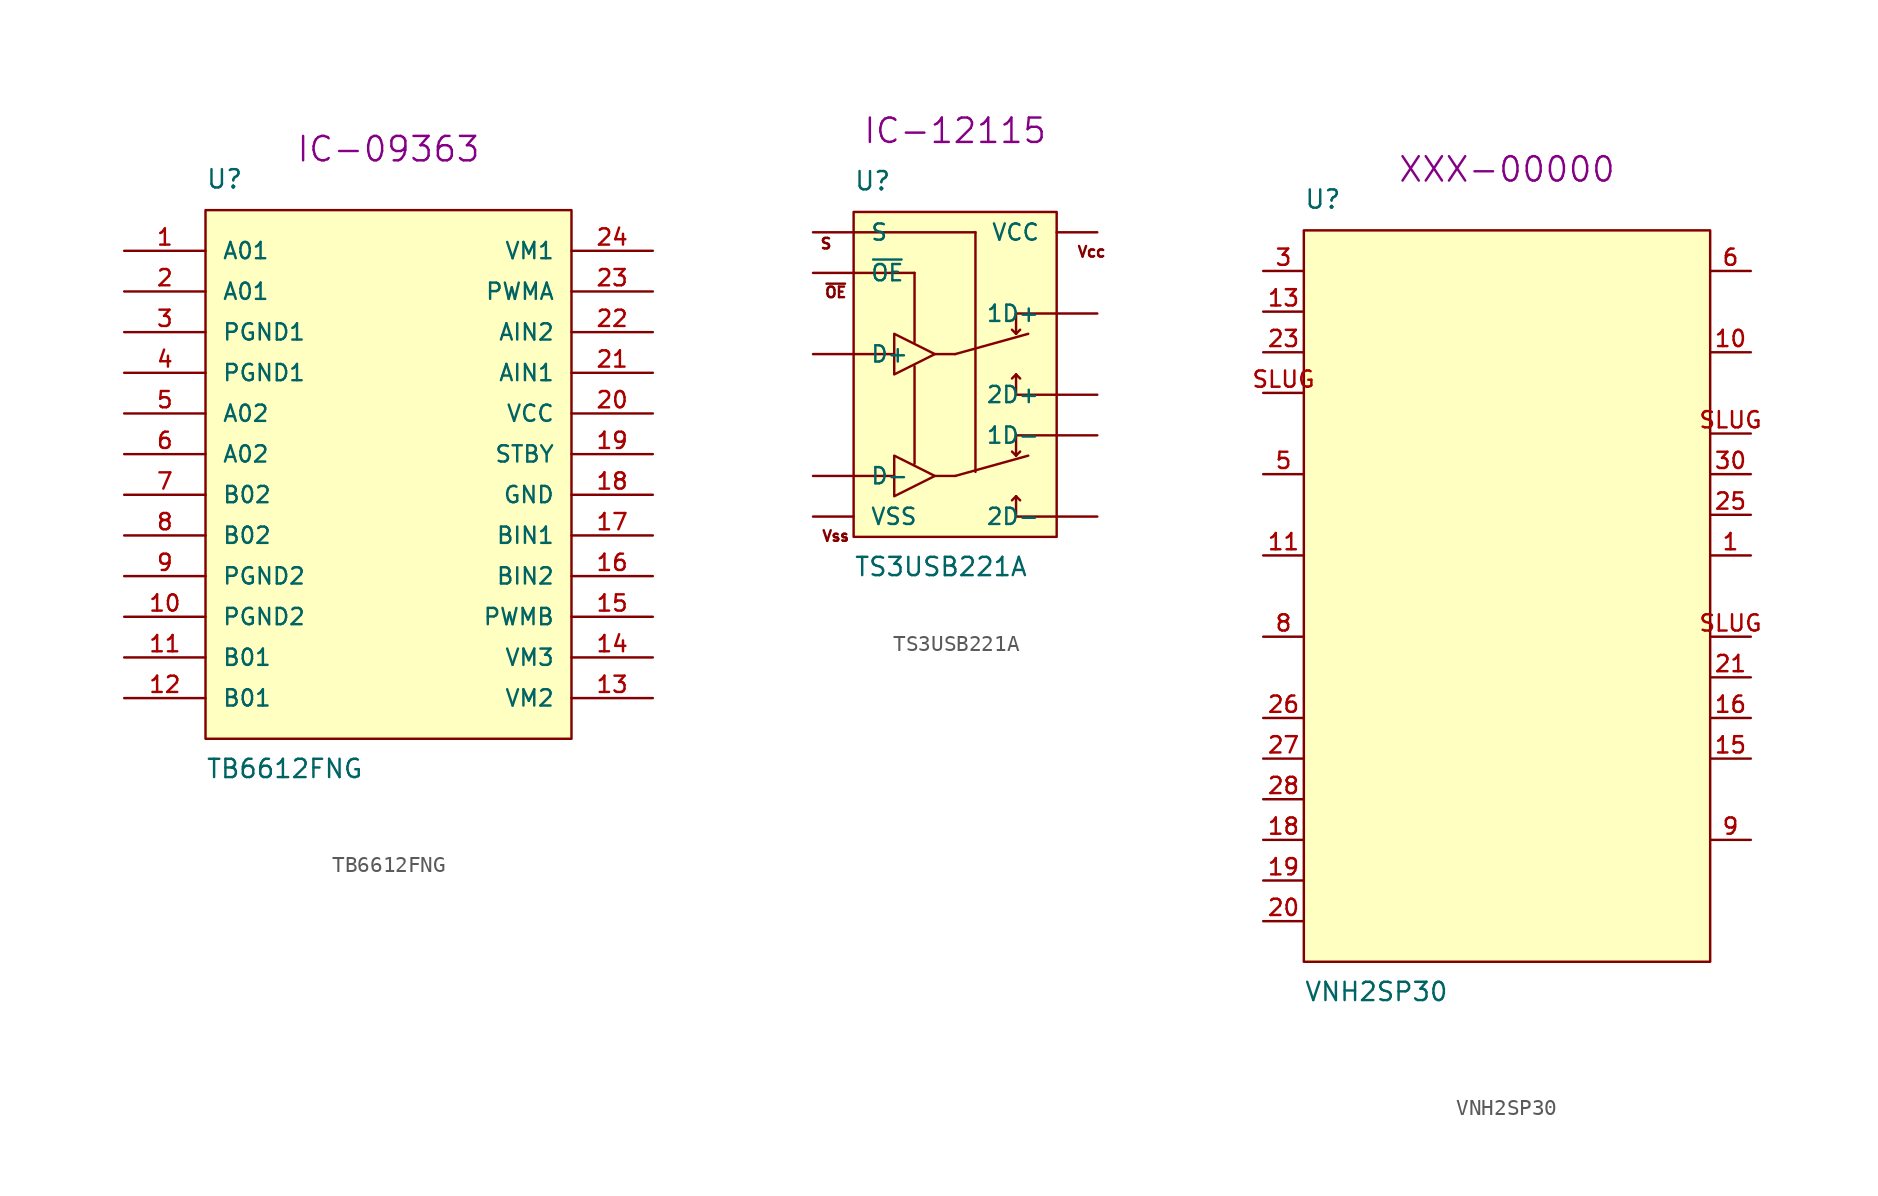
<source format=kicad_sym>
(kicad_symbol_lib
  (version 20201005)
  (generator kicad_symbol_editor)
  (symbol "TB6612FNG"
    (pin_names
      (offset 1.016))
    (property "Reference" "U"
      (at -11.43 17.78 0)
      (effects (font (size 1.143 1.143)) (justify left bottom)))
    (property "Value" "TB6612FNG"
      (at -11.43 -19.05 0)
      (effects (font (size 1.143 1.143)) (justify left bottom)))
    (property "Field4" "IC-09363"
      (at 0 20.32 0)
      (effects (font (size 1.524 1.524))))
    (property "ki_locked" ""
      (at 0 0 0)
      (effects (font (size 1.27 1.27))))
    (symbol "TB6612FNG_1_1"
      (polyline (pts (xy -11.43 -16.51) (xy 11.43 -16.51) (xy 11.43 16.51) (xy -11.43 16.51) (xy -11.43 -16.51)) (stroke (width 0)) (fill (type background)))
      (pin bidirectional line (at -16.51 13.97 0) (length 5.08) (name "A01" (effects (font (size 1.016 1.016)))) (number "1" (effects (font (size 1.016 1.016)))))
      (pin bidirectional line (at -16.51 11.43 0) (length 5.08) (name "A01" (effects (font (size 1.016 1.016)))) (number "2" (effects (font (size 1.016 1.016)))))
      (pin bidirectional line (at -16.51 8.89 0) (length 5.08) (name "PGND1" (effects (font (size 1.016 1.016)))) (number "3" (effects (font (size 1.016 1.016)))))
      (pin bidirectional line (at -16.51 6.35 0) (length 5.08) (name "PGND1" (effects (font (size 1.016 1.016)))) (number "4" (effects (font (size 1.016 1.016)))))
      (pin bidirectional line (at -16.51 3.81 0) (length 5.08) (name "A02" (effects (font (size 1.016 1.016)))) (number "5" (effects (font (size 1.016 1.016)))))
      (pin bidirectional line (at -16.51 1.27 0) (length 5.08) (name "A02" (effects (font (size 1.016 1.016)))) (number "6" (effects (font (size 1.016 1.016)))))
      (pin bidirectional line (at -16.51 -1.27 0) (length 5.08) (name "B02" (effects (font (size 1.016 1.016)))) (number "7" (effects (font (size 1.016 1.016)))))
      (pin bidirectional line (at -16.51 -3.81 0) (length 5.08) (name "B02" (effects (font (size 1.016 1.016)))) (number "8" (effects (font (size 1.016 1.016)))))
      (pin bidirectional line (at -16.51 -6.35 0) (length 5.08) (name "PGND2" (effects (font (size 1.016 1.016)))) (number "9" (effects (font (size 1.016 1.016)))))
      (pin bidirectional line (at -16.51 -8.89 0) (length 5.08) (name "PGND2" (effects (font (size 1.016 1.016)))) (number "10" (effects (font (size 1.016 1.016)))))
      (pin bidirectional line (at 16.51 3.81 180) (length 5.08) (name "VCC" (effects (font (size 1.016 1.016)))) (number "20" (effects (font (size 1.016 1.016)))))
      (pin bidirectional line (at -16.51 -11.43 0) (length 5.08) (name "B01" (effects (font (size 1.016 1.016)))) (number "11" (effects (font (size 1.016 1.016)))))
      (pin bidirectional line (at 16.51 6.35 180) (length 5.08) (name "AIN1" (effects (font (size 1.016 1.016)))) (number "21" (effects (font (size 1.016 1.016)))))
      (pin bidirectional line (at -16.51 -13.97 0) (length 5.08) (name "B01" (effects (font (size 1.016 1.016)))) (number "12" (effects (font (size 1.016 1.016)))))
      (pin bidirectional line (at 16.51 8.89 180) (length 5.08) (name "AIN2" (effects (font (size 1.016 1.016)))) (number "22" (effects (font (size 1.016 1.016)))))
      (pin bidirectional line (at 16.51 -13.97 180) (length 5.08) (name "VM2" (effects (font (size 1.016 1.016)))) (number "13" (effects (font (size 1.016 1.016)))))
      (pin bidirectional line (at 16.51 11.43 180) (length 5.08) (name "PWMA" (effects (font (size 1.016 1.016)))) (number "23" (effects (font (size 1.016 1.016)))))
      (pin bidirectional line (at 16.51 -11.43 180) (length 5.08) (name "VM3" (effects (font (size 1.016 1.016)))) (number "14" (effects (font (size 1.016 1.016)))))
      (pin bidirectional line (at 16.51 13.97 180) (length 5.08) (name "VM1" (effects (font (size 1.016 1.016)))) (number "24" (effects (font (size 1.016 1.016)))))
      (pin bidirectional line (at 16.51 -8.89 180) (length 5.08) (name "PWMB" (effects (font (size 1.016 1.016)))) (number "15" (effects (font (size 1.016 1.016)))))
      (pin bidirectional line (at 16.51 -6.35 180) (length 5.08) (name "BIN2" (effects (font (size 1.016 1.016)))) (number "16" (effects (font (size 1.016 1.016)))))
      (pin bidirectional line (at 16.51 -3.81 180) (length 5.08) (name "BIN1" (effects (font (size 1.016 1.016)))) (number "17" (effects (font (size 1.016 1.016)))))
      (pin bidirectional line (at 16.51 -1.27 180) (length 5.08) (name "GND" (effects (font (size 1.016 1.016)))) (number "18" (effects (font (size 1.016 1.016)))))
      (pin bidirectional line (at 16.51 1.27 180) (length 5.08) (name "STBY" (effects (font (size 1.016 1.016)))) (number "19" (effects (font (size 1.016 1.016)))))))
  (symbol "TS3USB221A"
    (pin_numbers hide)
    (pin_names
      (offset 1.016))
    (property "Reference" "U"
      (at -6.35 11.43 0)
      (effects (font (size 1.143 1.143)) (justify left bottom)))
    (property "Value" "TS3USB221A"
      (at -6.35 -12.7 0)
      (effects (font (size 1.143 1.143)) (justify left bottom)))
    (property "Field4" "IC-12115"
      (at 0 15.24 0)
      (effects (font (size 1.524 1.524))))
    (property "ki_locked" ""
      (at 0 0 0)
      (effects (font (size 1.27 1.27))))
    (symbol "TS3USB221A_1_0"
      (text "S" (at -8.077 8.179 0) (effects (font (size 0.66 0.66))))
      (text "Vcc" (at 8.534 7.671 0) (effects (font (size 0.66 0.66))))
      (text "Vss" (at -7.468 -10.109 0) (effects (font (size 0.66 0.66))))
      (text "~OE" (at -7.468 5.131 0) (effects (font (size 0.66 0.66))))
      (polyline (pts (xy -6.35 -6.35) (xy -3.81 -6.35)) (stroke (width 0)) (fill (type none)))
      (polyline (pts (xy -6.35 1.27) (xy -3.81 1.27)) (stroke (width 0)) (fill (type none)))
      (polyline (pts (xy -6.35 6.35) (xy -2.54 6.35)) (stroke (width 0)) (fill (type none)))
      (polyline (pts (xy -6.35 8.89) (xy 1.27 8.89)) (stroke (width 0)) (fill (type none)))
      (polyline (pts (xy -2.54 0.508) (xy -2.54 -5.588)) (stroke (width 0)) (fill (type none)))
      (polyline (pts (xy -2.54 6.35) (xy -2.54 2.032)) (stroke (width 0)) (fill (type none)))
      (polyline (pts (xy -1.27 -6.35) (xy 0 -6.35)) (stroke (width 0)) (fill (type none)))
      (polyline (pts (xy -1.27 1.27) (xy 0 1.27)) (stroke (width 0)) (fill (type none)))
      (polyline (pts (xy 0 -6.35) (xy 4.572 -5.08)) (stroke (width 0)) (fill (type none)))
      (polyline (pts (xy 0 1.27) (xy 4.572 2.54)) (stroke (width 0)) (fill (type none)))
      (polyline (pts (xy 1.27 8.89) (xy 1.27 -6.096)) (stroke (width 0)) (fill (type none)))
      (polyline (pts (xy 3.81 -8.89) (xy 3.81 -7.62)) (stroke (width 0)) (fill (type none)))
      (polyline (pts (xy 3.81 -7.62) (xy 3.556 -7.874)) (stroke (width 0)) (fill (type none)))
      (polyline (pts (xy 3.81 -7.62) (xy 4.064 -7.874)) (stroke (width 0)) (fill (type none)))
      (polyline (pts (xy 3.81 -5.08) (xy 3.556 -4.826)) (stroke (width 0)) (fill (type none)))
      (polyline (pts (xy 3.81 -5.08) (xy 4.064 -4.826)) (stroke (width 0)) (fill (type none)))
      (polyline (pts (xy 3.81 -3.81) (xy 3.81 -5.08)) (stroke (width 0)) (fill (type none)))
      (polyline (pts (xy 3.81 -1.27) (xy 3.81 0)) (stroke (width 0)) (fill (type none)))
      (polyline (pts (xy 3.81 0) (xy 3.556 -0.254)) (stroke (width 0)) (fill (type none)))
      (polyline (pts (xy 3.81 0) (xy 4.064 -0.254)) (stroke (width 0)) (fill (type none)))
      (polyline (pts (xy 3.81 2.54) (xy 3.556 2.794)) (stroke (width 0)) (fill (type none)))
      (polyline (pts (xy 3.81 2.54) (xy 4.064 2.794)) (stroke (width 0)) (fill (type none)))
      (polyline (pts (xy 3.81 3.81) (xy 3.81 2.54)) (stroke (width 0)) (fill (type none)))
      (polyline (pts (xy 6.35 -8.89) (xy 3.81 -8.89)) (stroke (width 0)) (fill (type none)))
      (polyline (pts (xy 6.35 -3.81) (xy 3.81 -3.81)) (stroke (width 0)) (fill (type none)))
      (polyline (pts (xy 6.35 -1.27) (xy 3.81 -1.27)) (stroke (width 0)) (fill (type none)))
      (polyline (pts (xy 6.35 3.81) (xy 3.81 3.81)) (stroke (width 0)) (fill (type none))))
    (symbol "TS3USB221A_1_1"
      (polyline (pts (xy -3.81 -6.35) (xy -3.81 -5.08) (xy -1.27 -6.35) (xy -3.81 -7.62) (xy -3.81 -6.35)) (stroke (width 0)) (fill (type background)))
      (polyline (pts (xy -3.81 1.27) (xy -3.81 2.54) (xy -1.27 1.27) (xy -3.81 0) (xy -3.81 1.27)) (stroke (width 0)) (fill (type background)))
      (polyline (pts (xy 6.35 -8.89) (xy 6.35 10.16) (xy -6.35 10.16) (xy -6.35 -10.16) (xy 6.35 -10.16) (xy 6.35 -8.89)) (stroke (width 0)) (fill (type background)))
      (pin bidirectional line (at 8.89 3.81 180) (length 2.54) (name "1D+" (effects (font (size 1.016 1.016)))) (number "1" (effects (font (size 1.016 1.016)))))
      (pin bidirectional line (at 8.89 -3.81 180) (length 2.54) (name "1D-" (effects (font (size 1.016 1.016)))) (number "2" (effects (font (size 1.016 1.016)))))
      (pin bidirectional line (at 8.89 -1.27 180) (length 2.54) (name "2D+" (effects (font (size 1.016 1.016)))) (number "3" (effects (font (size 1.016 1.016)))))
      (pin bidirectional line (at 8.89 -8.89 180) (length 2.54) (name "2D-" (effects (font (size 1.016 1.016)))) (number "4" (effects (font (size 1.016 1.016)))))
      (pin bidirectional line (at -8.89 -8.89 0) (length 2.54) (name "VSS" (effects (font (size 1.016 1.016)))) (number "5" (effects (font (size 1.016 1.016)))))
      (pin bidirectional line (at -8.89 6.35 0) (length 2.54) (name "~OE" (effects (font (size 1.016 1.016)))) (number "6" (effects (font (size 1.016 1.016)))))
      (pin bidirectional line (at -8.89 -6.35 0) (length 2.54) (name "D-" (effects (font (size 1.016 1.016)))) (number "7" (effects (font (size 1.016 1.016)))))
      (pin bidirectional line (at -8.89 1.27 0) (length 2.54) (name "D+" (effects (font (size 1.016 1.016)))) (number "8" (effects (font (size 1.016 1.016)))))
      (pin bidirectional line (at -8.89 8.89 0) (length 2.54) (name "S" (effects (font (size 1.016 1.016)))) (number "9" (effects (font (size 1.016 1.016)))))
      (pin bidirectional line (at 8.89 8.89 180) (length 2.54) (name "VCC" (effects (font (size 1.016 1.016)))) (number "10" (effects (font (size 1.016 1.016)))))))
  (symbol "VNH2SP30"
    (pin_names
      (offset 1.016) hide)
    (property "Reference" "U"
      (at -12.7 24.13 0)
      (effects (font (size 1.143 1.143)) (justify left bottom)))
    (property "Value" "VNH2SP30"
      (at -12.7 -25.4 0)
      (effects (font (size 1.143 1.143)) (justify left bottom)))
    (property "Field4" "XXX-00000"
      (at 0 26.67 0)
      (effects (font (size 1.524 1.524))))
    (property "ki_locked" ""
      (at 0 0 0)
      (effects (font (size 1.27 1.27))))
    (symbol "VNH2SP30_1_1"
      (polyline (pts (xy -12.7 -22.86) (xy -12.7 22.86) (xy 12.7 22.86) (xy 12.7 -22.86) (xy -12.7 -22.86)) (stroke (width 0)) (fill (type background)))
      (pin bidirectional line (at 15.24 2.54 180) (length 2.54) (name "OUTA" (effects (font (size 1.016 1.016)))) (number "1" (effects (font (size 1.016 1.016)))))
      (pin bidirectional line (at -15.24 20.32 0) (length 2.54) (name "VCC" (effects (font (size 1.016 1.016)))) (number "3" (effects (font (size 1.016 1.016)))))
      (pin bidirectional line (at -15.24 7.62 0) (length 2.54) (name "INA" (effects (font (size 1.016 1.016)))) (number "5" (effects (font (size 1.016 1.016)))))
      (pin bidirectional line (at 15.24 20.32 180) (length 2.54) (name "EN/DIAA" (effects (font (size 1.016 1.016)))) (number "6" (effects (font (size 1.016 1.016)))))
      (pin bidirectional line (at -15.24 -2.54 0) (length 2.54) (name "PWM" (effects (font (size 1.016 1.016)))) (number "8" (effects (font (size 1.016 1.016)))))
      (pin bidirectional line (at 15.24 -15.24 180) (length 2.54) (name "CS" (effects (font (size 1.016 1.016)))) (number "9" (effects (font (size 1.016 1.016)))))
      (pin bidirectional line (at 15.24 15.24 180) (length 2.54) (name "EN/DIAB" (effects (font (size 1.016 1.016)))) (number "10" (effects (font (size 1.016 1.016)))))
      (pin bidirectional line (at -15.24 -20.32 0) (length 2.54) (name "GNDB" (effects (font (size 1.016 1.016)))) (number "20" (effects (font (size 1.016 1.016)))))
      (pin bidirectional line (at 15.24 7.62 180) (length 2.54) (name "OUTA" (effects (font (size 1.016 1.016)))) (number "30" (effects (font (size 1.016 1.016)))))
      (pin bidirectional line (at -15.24 2.54 0) (length 2.54) (name "INB" (effects (font (size 1.016 1.016)))) (number "11" (effects (font (size 1.016 1.016)))))
      (pin bidirectional line (at 15.24 -5.08 180) (length 2.54) (name "OUTB" (effects (font (size 1.016 1.016)))) (number "21" (effects (font (size 1.016 1.016)))))
      (pin bidirectional line (at -15.24 17.78 0) (length 2.54) (name "VCC" (effects (font (size 1.016 1.016)))) (number "13" (effects (font (size 1.016 1.016)))))
      (pin bidirectional line (at -15.24 15.24 0) (length 2.54) (name "VCC" (effects (font (size 1.016 1.016)))) (number "23" (effects (font (size 1.016 1.016)))))
      (pin bidirectional line (at 15.24 -10.16 180) (length 2.54) (name "OUTB" (effects (font (size 1.016 1.016)))) (number "15" (effects (font (size 1.016 1.016)))))
      (pin bidirectional line (at 15.24 5.08 180) (length 2.54) (name "OUTA" (effects (font (size 1.016 1.016)))) (number "25" (effects (font (size 1.016 1.016)))))
      (pin bidirectional line (at 15.24 -7.62 180) (length 2.54) (name "OUTB" (effects (font (size 1.016 1.016)))) (number "16" (effects (font (size 1.016 1.016)))))
      (pin bidirectional line (at -15.24 -7.62 0) (length 2.54) (name "GNDA" (effects (font (size 1.016 1.016)))) (number "26" (effects (font (size 1.016 1.016)))))
      (pin bidirectional line (at -15.24 -10.16 0) (length 2.54) (name "GNDA" (effects (font (size 1.016 1.016)))) (number "27" (effects (font (size 1.016 1.016)))))
      (pin bidirectional line (at -15.24 -15.24 0) (length 2.54) (name "GNDB" (effects (font (size 1.016 1.016)))) (number "18" (effects (font (size 1.016 1.016)))))
      (pin bidirectional line (at -15.24 -12.7 0) (length 2.54) (name "GNDA" (effects (font (size 1.016 1.016)))) (number "28" (effects (font (size 1.016 1.016)))))
      (pin bidirectional line (at -15.24 -17.78 0) (length 2.54) (name "GNDB" (effects (font (size 1.016 1.016)))) (number "19" (effects (font (size 1.016 1.016)))))
      (pin bidirectional line (at 15.24 10.16 180) (length 2.54) (name "OUTA" (effects (font (size 1.016 1.016)))) (number "SLUG" (effects (font (size 1.016 1.016)))))
      (pin bidirectional line (at 15.24 -2.54 180) (length 2.54) (name "OUTB" (effects (font (size 1.016 1.016)))) (number "SLUG" (effects (font (size 1.016 1.016)))))
      (pin bidirectional line (at -15.24 12.7 0) (length 2.54) (name "VCC" (effects (font (size 1.016 1.016)))) (number "SLUG" (effects (font (size 1.016 1.016))))))))
</source>
